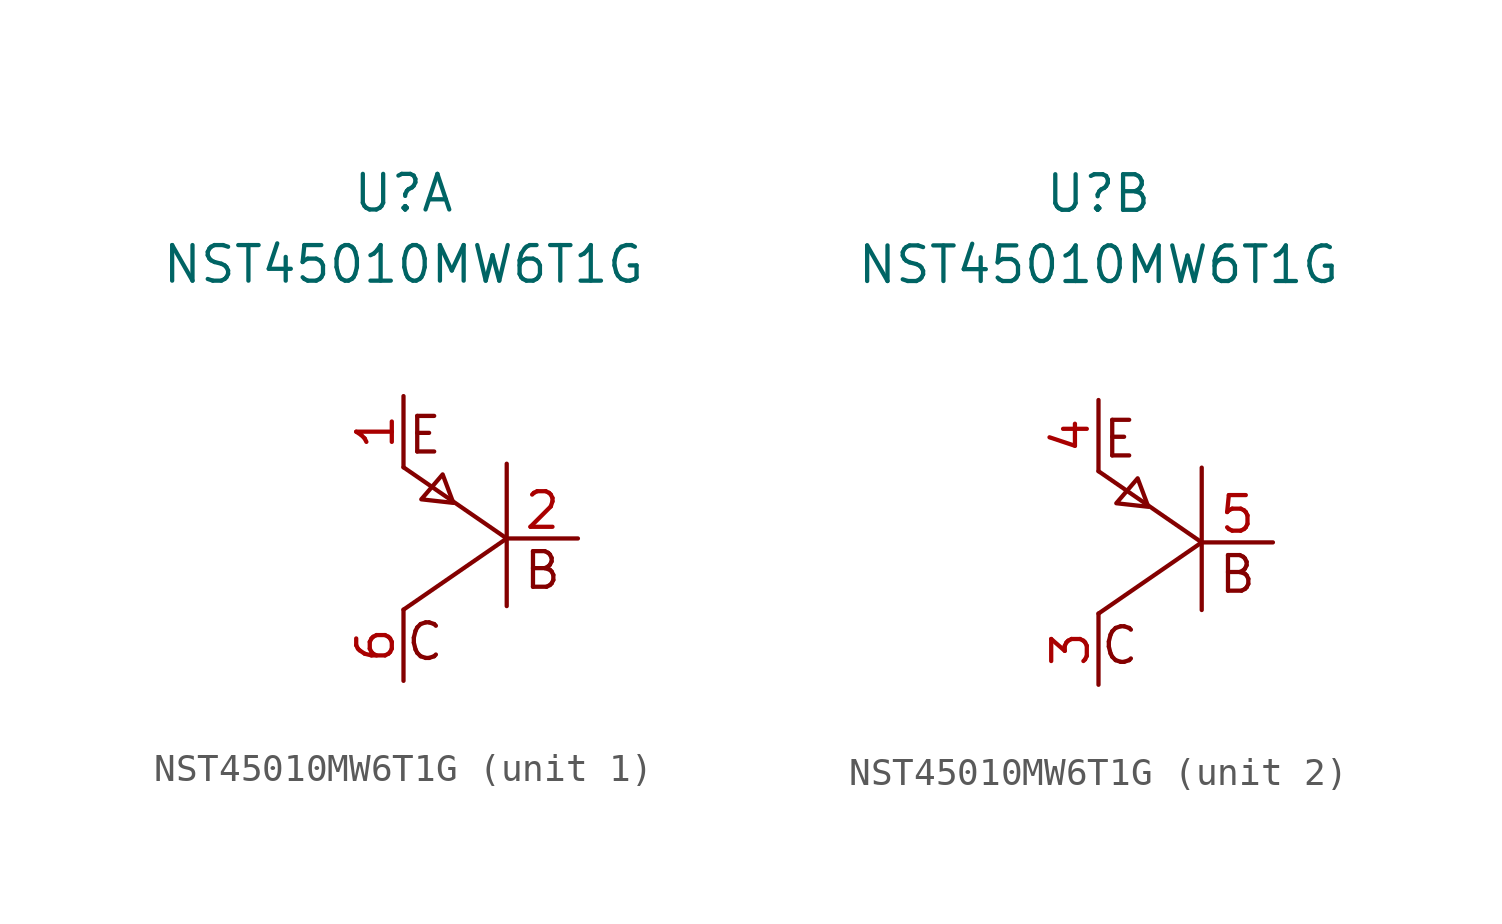
<source format=kicad_sym>
(kicad_symbol_lib
  (version 20211014)
  (generator kicad_symbol_editor)
  (symbol "NST45010MW6T1G"
    (property "Reference" "U"
      (at 0 4.445 0)
      (effects (font (size 1.27 1.27))))
    (property "Value" "NST45010MW6T1G"
      (at 0 1.905 0)
      (effects (font (size 1.27 1.27))))
    (symbol "NST45010MW6T1G_1_0"
      (text "B" (at 4.953 -9.017 0) (effects (font (size 1.27 1.27))))
      (text "C" (at 0.762 -11.557 0) (effects (font (size 1.27 1.27))))
      (text "E" (at 0.762 -4.191 0) (effects (font (size 1.27 1.27)))))
    (symbol "NST45010MW6T1G_1_1"
      (polyline (pts (xy 3.683 -5.207) (xy 3.683 -10.287)) (stroke (width 0.152) (type default) (color 0 0 0 0)) (fill (type none)))
      (polyline (pts (xy 0 -10.414) (xy 3.683 -7.874) (xy 0 -5.334)) (stroke (width 0.152) (type default) (color 0 0 0 0)) (fill (type none)))
      (polyline (pts (xy 1.397 -5.588) (xy 1.778 -6.604) (xy 0.635 -6.477) (xy 1.397 -5.588)) (stroke (width 0.152) (type default) (color 0 0 0 0)) (fill (type none)))
      (pin input line (at 0 -2.794 270) (length 2.54) (name "E" (effects (font (size 0 0)))) (number "1" (effects (font (size 1.27 1.27)))))
      (pin input line (at 6.223 -7.874 180) (length 2.54) (name "B" (effects (font (size 0 0)))) (number "2" (effects (font (size 1.27 1.27)))))
      (pin input line (at 0 -12.954 90) (length 2.54) (name "C" (effects (font (size 0 0)))) (number "6" (effects (font (size 1.27 1.27))))))
    (symbol "NST45010MW6T1G_2_0"
      (text "B" (at 4.953 -9.144 0) (effects (font (size 1.27 1.27))))
      (text "C" (at 0.762 -11.684 0) (effects (font (size 1.27 1.27))))
      (text "E" (at 0.762 -4.318 0) (effects (font (size 1.27 1.27)))))
    (symbol "NST45010MW6T1G_2_1"
      (polyline (pts (xy 3.683 -5.334) (xy 3.683 -10.414)) (stroke (width 0.152) (type default) (color 0 0 0 0)) (fill (type none)))
      (polyline (pts (xy 0 -10.541) (xy 3.683 -8.001) (xy 0 -5.461)) (stroke (width 0.152) (type default) (color 0 0 0 0)) (fill (type none)))
      (polyline (pts (xy 1.397 -5.715) (xy 1.778 -6.731) (xy 0.635 -6.604) (xy 1.397 -5.715)) (stroke (width 0.152) (type default) (color 0 0 0 0)) (fill (type none)))
      (pin input line (at 0 -13.081 90) (length 2.54) (name "C" (effects (font (size 0 0)))) (number "3" (effects (font (size 1.27 1.27)))))
      (pin input line (at 0 -2.921 270) (length 2.54) (name "E" (effects (font (size 0 0)))) (number "4" (effects (font (size 1.27 1.27)))))
      (pin input line (at 6.223 -8.001 180) (length 2.54) (name "B" (effects (font (size 0 0)))) (number "5" (effects (font (size 1.27 1.27))))))))
</source>
